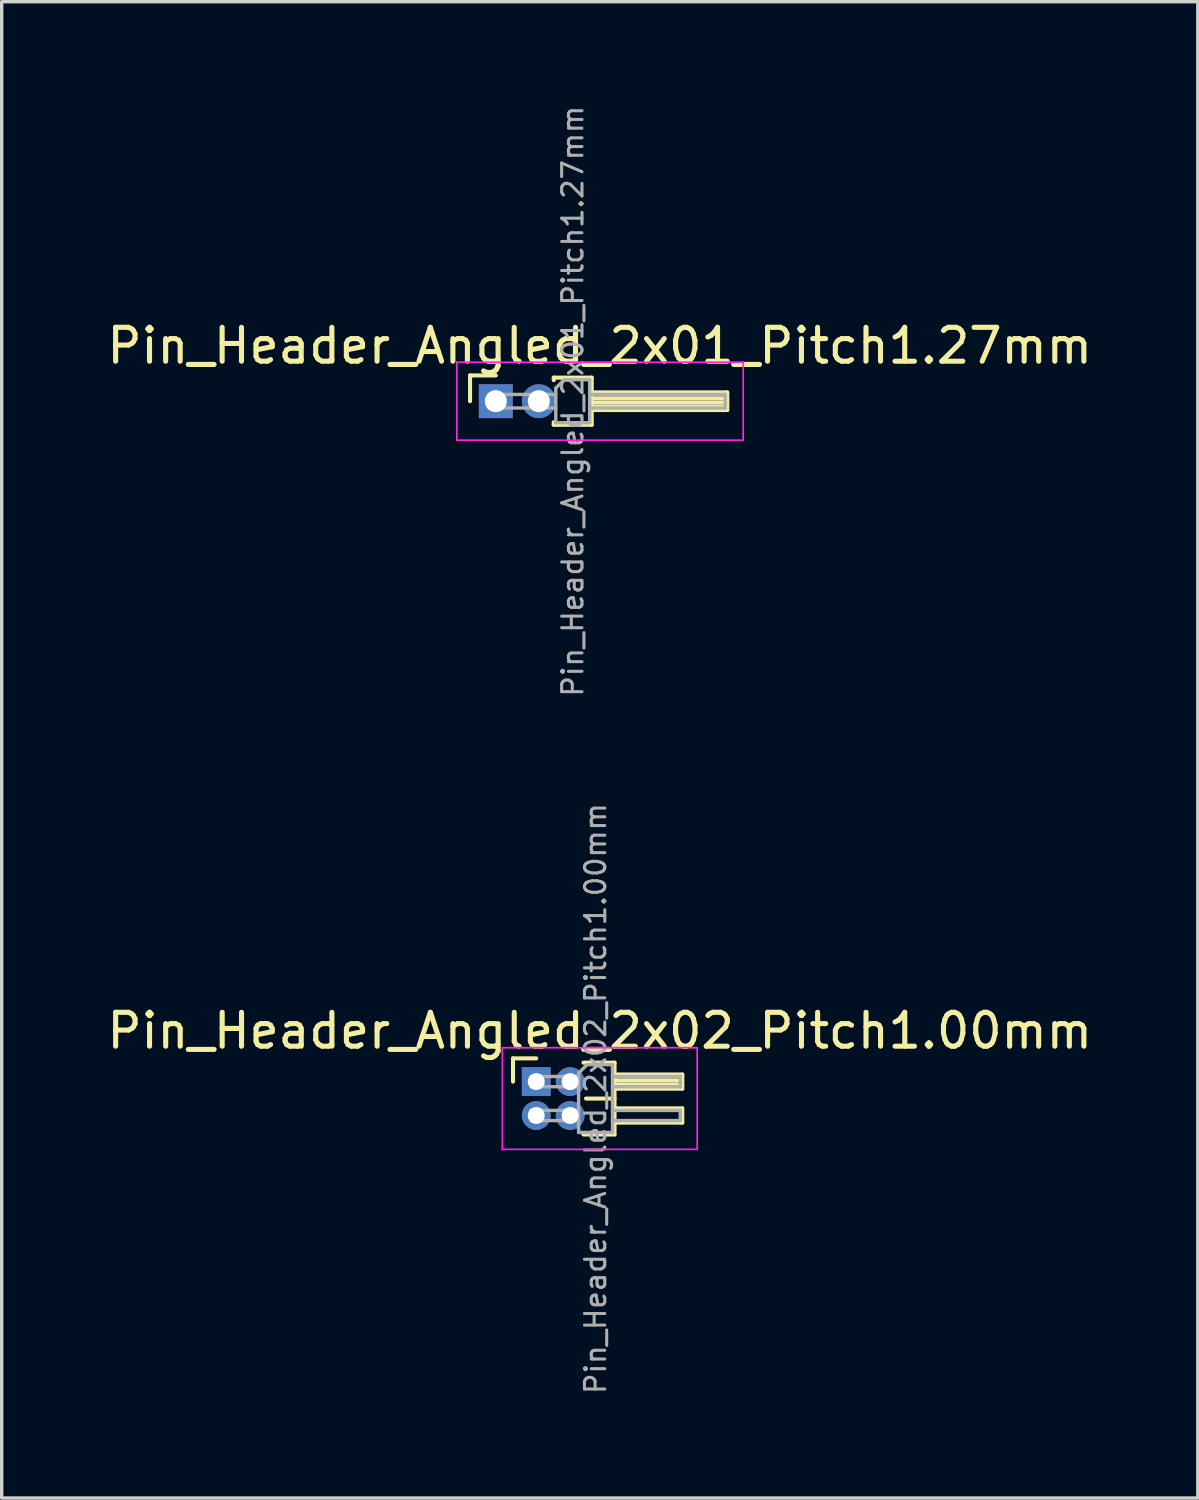
<source format=kicad_pcb>
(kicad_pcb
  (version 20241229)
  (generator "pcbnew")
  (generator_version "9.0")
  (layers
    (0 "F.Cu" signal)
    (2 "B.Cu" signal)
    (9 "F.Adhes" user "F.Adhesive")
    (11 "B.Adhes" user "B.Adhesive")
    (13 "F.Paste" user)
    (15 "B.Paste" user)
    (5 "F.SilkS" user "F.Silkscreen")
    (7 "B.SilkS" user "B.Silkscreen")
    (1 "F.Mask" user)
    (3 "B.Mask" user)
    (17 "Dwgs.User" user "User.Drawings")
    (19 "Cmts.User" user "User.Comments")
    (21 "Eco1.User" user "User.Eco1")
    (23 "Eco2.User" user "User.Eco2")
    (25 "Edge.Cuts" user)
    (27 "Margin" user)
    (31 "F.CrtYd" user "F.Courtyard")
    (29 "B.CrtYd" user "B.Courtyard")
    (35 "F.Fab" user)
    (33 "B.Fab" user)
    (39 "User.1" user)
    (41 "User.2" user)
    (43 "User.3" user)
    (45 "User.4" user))
  (footprint "Pin_Header_Angled_2x02_Pitch1.00mm"
    (layer "F.Cu")
    (at 12.774 28.868)
    (property "Reference" "Pin_Header_Angled_2x02_Pitch1.00mm" (at 1.875 -1.5 0) (layer "F.SilkS") (effects (font (size 1 1) (thickness 0.15))))
    (attr through_hole)
    (fp_line (start -0.685 -0.685) (end 0 -0.685) (stroke (width 0.12) (type solid)) (layer "F.SilkS"))
    (fp_line (start -0.685 0) (end -0.685 -0.685) (stroke (width 0.12) (type solid)) (layer "F.SilkS"))
    (fp_line (start 1.394 -0.56) (end 2.31 -0.56) (stroke (width 0.12) (type solid)) (layer "F.SilkS"))
    (fp_line (start 1.468 0.5) (end 2.31 0.5) (stroke (width 0.12) (type solid)) (layer "F.SilkS"))
    (fp_line (start 2.31 -0.56) (end 2.31 1.56) (stroke (width 0.12) (type solid)) (layer "F.SilkS"))
    (fp_line (start 2.31 -0.21) (end 4.31 -0.21) (stroke (width 0.12) (type solid)) (layer "F.SilkS"))
    (fp_line (start 2.31 -0.15) (end 4.31 -0.15) (stroke (width 0.12) (type solid)) (layer "F.SilkS"))
    (fp_line (start 2.31 -0.03) (end 4.31 -0.03) (stroke (width 0.12) (type solid)) (layer "F.SilkS"))
    (fp_line (start 2.31 0.09) (end 4.31 0.09) (stroke (width 0.12) (type solid)) (layer "F.SilkS"))
    (fp_line (start 2.31 0.79) (end 4.31 0.79) (stroke (width 0.12) (type solid)) (layer "F.SilkS"))
    (fp_line (start 2.31 1.56) (end 1.394 1.56) (stroke (width 0.12) (type solid)) (layer "F.SilkS"))
    (fp_line (start 4.31 -0.21) (end 4.31 0.21) (stroke (width 0.12) (type solid)) (layer "F.SilkS"))
    (fp_line (start 4.31 0.21) (end 2.31 0.21) (stroke (width 0.12) (type solid)) (layer "F.SilkS"))
    (fp_line (start 4.31 0.79) (end 4.31 1.21) (stroke (width 0.12) (type solid)) (layer "F.SilkS"))
    (fp_line (start 4.31 1.21) (end 2.31 1.21) (stroke (width 0.12) (type solid)) (layer "F.SilkS"))
    (fp_line (start -1 -1) (end -1 2) (stroke (width 0.05) (type solid)) (layer "F.CrtYd"))
    (fp_line (start -1 2) (end 4.75 2) (stroke (width 0.05) (type solid)) (layer "F.CrtYd"))
    (fp_line (start 4.75 -1) (end -1 -1) (stroke (width 0.05) (type solid)) (layer "F.CrtYd"))
    (fp_line (start 4.75 2) (end 4.75 -1) (stroke (width 0.05) (type solid)) (layer "F.CrtYd"))
    (fp_line (start -0.15 -0.15) (end -0.15 0.15) (stroke (width 0.1) (type solid)) (layer "F.Fab"))
    (fp_line (start -0.15 -0.15) (end 1.25 -0.15) (stroke (width 0.1) (type solid)) (layer "F.Fab"))
    (fp_line (start -0.15 0.15) (end 1.25 0.15) (stroke (width 0.1) (type solid)) (layer "F.Fab"))
    (fp_line (start -0.15 0.85) (end -0.15 1.15) (stroke (width 0.1) (type solid)) (layer "F.Fab"))
    (fp_line (start -0.15 0.85) (end 1.25 0.85) (stroke (width 0.1) (type solid)) (layer "F.Fab"))
    (fp_line (start -0.15 1.15) (end 1.25 1.15) (stroke (width 0.1) (type solid)) (layer "F.Fab"))
    (fp_line (start 1.25 -0.25) (end 1.5 -0.5) (stroke (width 0.1) (type solid)) (layer "F.Fab"))
    (fp_line (start 1.25 1.5) (end 1.25 -0.25) (stroke (width 0.1) (type solid)) (layer "F.Fab"))
    (fp_line (start 1.5 -0.5) (end 2.25 -0.5) (stroke (width 0.1) (type solid)) (layer "F.Fab"))
    (fp_line (start 2.25 -0.5) (end 2.25 1.5) (stroke (width 0.1) (type solid)) (layer "F.Fab"))
    (fp_line (start 2.25 -0.15) (end 4.25 -0.15) (stroke (width 0.1) (type solid)) (layer "F.Fab"))
    (fp_line (start 2.25 0.15) (end 4.25 0.15) (stroke (width 0.1) (type solid)) (layer "F.Fab"))
    (fp_line (start 2.25 0.85) (end 4.25 0.85) (stroke (width 0.1) (type solid)) (layer "F.Fab"))
    (fp_line (start 2.25 1.15) (end 4.25 1.15) (stroke (width 0.1) (type solid)) (layer "F.Fab"))
    (fp_line (start 2.25 1.5) (end 1.25 1.5) (stroke (width 0.1) (type solid)) (layer "F.Fab"))
    (fp_line (start 4.25 -0.15) (end 4.25 0.15) (stroke (width 0.1) (type solid)) (layer "F.Fab"))
    (fp_line (start 4.25 0.85) (end 4.25 1.15) (stroke (width 0.1) (type solid)) (layer "F.Fab"))
    (fp_text user "${REFERENCE}" (at 1.75 0.5 90) (layer "F.Fab") (effects (font (size 0.6 0.6) (thickness 0.09))))
    (pad "1" thru_hole rect (at 0 0) (size 0.85 0.85) (drill 0.5) (layers "*.Cu" "*.Mask"))
    (pad "2" thru_hole oval (at 1 0) (size 0.85 0.85) (drill 0.5) (layers "*.Cu" "*.Mask"))
    (pad "3" thru_hole oval (at 0 1) (size 0.85 0.85) (drill 0.5) (layers "*.Cu" "*.Mask"))
    (pad "4" thru_hole oval (at 1 1) (size 0.85 0.85) (drill 0.5) (layers "*.Cu" "*.Mask")))
  (footprint "Pin_Header_Angled_2x01_Pitch1.27mm"
    (layer "F.Cu")
    (at 11.581 8.789)
    (property "Reference" "Pin_Header_Angled_2x01_Pitch1.27mm" (at 3.067 -1.635 0) (layer "F.SilkS") (effects (font (size 1 1) (thickness 0.15))))
    (attr through_hole)
    (fp_line (start -0.76 -0.76) (end 0 -0.76) (stroke (width 0.12) (type solid)) (layer "F.SilkS"))
    (fp_line (start -0.76 0) (end -0.76 -0.76) (stroke (width 0.12) (type solid)) (layer "F.SilkS"))
    (fp_line (start 1.71 -0.695) (end 2.83 -0.695) (stroke (width 0.12) (type solid)) (layer "F.SilkS"))
    (fp_line (start 1.71 -0.62) (end 1.71 -0.695) (stroke (width 0.12) (type solid)) (layer "F.SilkS"))
    (fp_line (start 1.71 0.695) (end 1.71 0.62) (stroke (width 0.12) (type solid)) (layer "F.SilkS"))
    (fp_line (start 2.83 -0.695) (end 2.83 0.695) (stroke (width 0.12) (type solid)) (layer "F.SilkS"))
    (fp_line (start 2.83 -0.26) (end 6.83 -0.26) (stroke (width 0.12) (type solid)) (layer "F.SilkS"))
    (fp_line (start 2.83 -0.2) (end 6.83 -0.2) (stroke (width 0.12) (type solid)) (layer "F.SilkS"))
    (fp_line (start 2.83 -0.08) (end 6.83 -0.08) (stroke (width 0.12) (type solid)) (layer "F.SilkS"))
    (fp_line (start 2.83 0.04) (end 6.83 0.04) (stroke (width 0.12) (type solid)) (layer "F.SilkS"))
    (fp_line (start 2.83 0.16) (end 6.83 0.16) (stroke (width 0.12) (type solid)) (layer "F.SilkS"))
    (fp_line (start 2.83 0.695) (end 1.71 0.695) (stroke (width 0.12) (type solid)) (layer "F.SilkS"))
    (fp_line (start 6.83 -0.26) (end 6.83 0.26) (stroke (width 0.12) (type solid)) (layer "F.SilkS"))
    (fp_line (start 6.83 0.26) (end 2.83 0.26) (stroke (width 0.12) (type solid)) (layer "F.SilkS"))
    (fp_line (start -1.15 -1.15) (end -1.15 1.15) (stroke (width 0.05) (type solid)) (layer "F.CrtYd"))
    (fp_line (start -1.15 1.15) (end 7.3 1.15) (stroke (width 0.05) (type solid)) (layer "F.CrtYd"))
    (fp_line (start 7.3 -1.15) (end -1.15 -1.15) (stroke (width 0.05) (type solid)) (layer "F.CrtYd"))
    (fp_line (start 7.3 1.15) (end 7.3 -1.15) (stroke (width 0.05) (type solid)) (layer "F.CrtYd"))
    (fp_line (start -0.2 -0.2) (end -0.2 0.2) (stroke (width 0.1) (type solid)) (layer "F.Fab"))
    (fp_line (start -0.2 -0.2) (end 1.77 -0.2) (stroke (width 0.1) (type solid)) (layer "F.Fab"))
    (fp_line (start -0.2 0.2) (end 1.77 0.2) (stroke (width 0.1) (type solid)) (layer "F.Fab"))
    (fp_line (start 1.77 -0.385) (end 2.02 -0.635) (stroke (width 0.1) (type solid)) (layer "F.Fab"))
    (fp_line (start 1.77 0.635) (end 1.77 -0.385) (stroke (width 0.1) (type solid)) (layer "F.Fab"))
    (fp_line (start 2.02 -0.635) (end 2.77 -0.635) (stroke (width 0.1) (type solid)) (layer "F.Fab"))
    (fp_line (start 2.77 -0.635) (end 2.77 0.635) (stroke (width 0.1) (type solid)) (layer "F.Fab"))
    (fp_line (start 2.77 -0.2) (end 6.77 -0.2) (stroke (width 0.1) (type solid)) (layer "F.Fab"))
    (fp_line (start 2.77 0.2) (end 6.77 0.2) (stroke (width 0.1) (type solid)) (layer "F.Fab"))
    (fp_line (start 2.77 0.635) (end 1.77 0.635) (stroke (width 0.1) (type solid)) (layer "F.Fab"))
    (fp_line (start 6.77 -0.2) (end 6.77 0.2) (stroke (width 0.1) (type solid)) (layer "F.Fab"))
    (fp_text user "${REFERENCE}" (at 2.27 0 90) (layer "F.Fab") (effects (font (size 0.6 0.6) (thickness 0.09))))
    (pad "1" thru_hole rect (at 0 0) (size 1 1) (drill 0.65) (layers "*.Cu" "*.Mask"))
    (pad "2" thru_hole oval (at 1.27 0) (size 1 1) (drill 0.65) (layers "*.Cu" "*.Mask")))
  (gr_rect
    (start -3 -3)
    (end 32.298 41.157)
    (stroke (width 0.1) (type default))
    (fill no)
    (layer "Edge.Cuts")))
</source>
